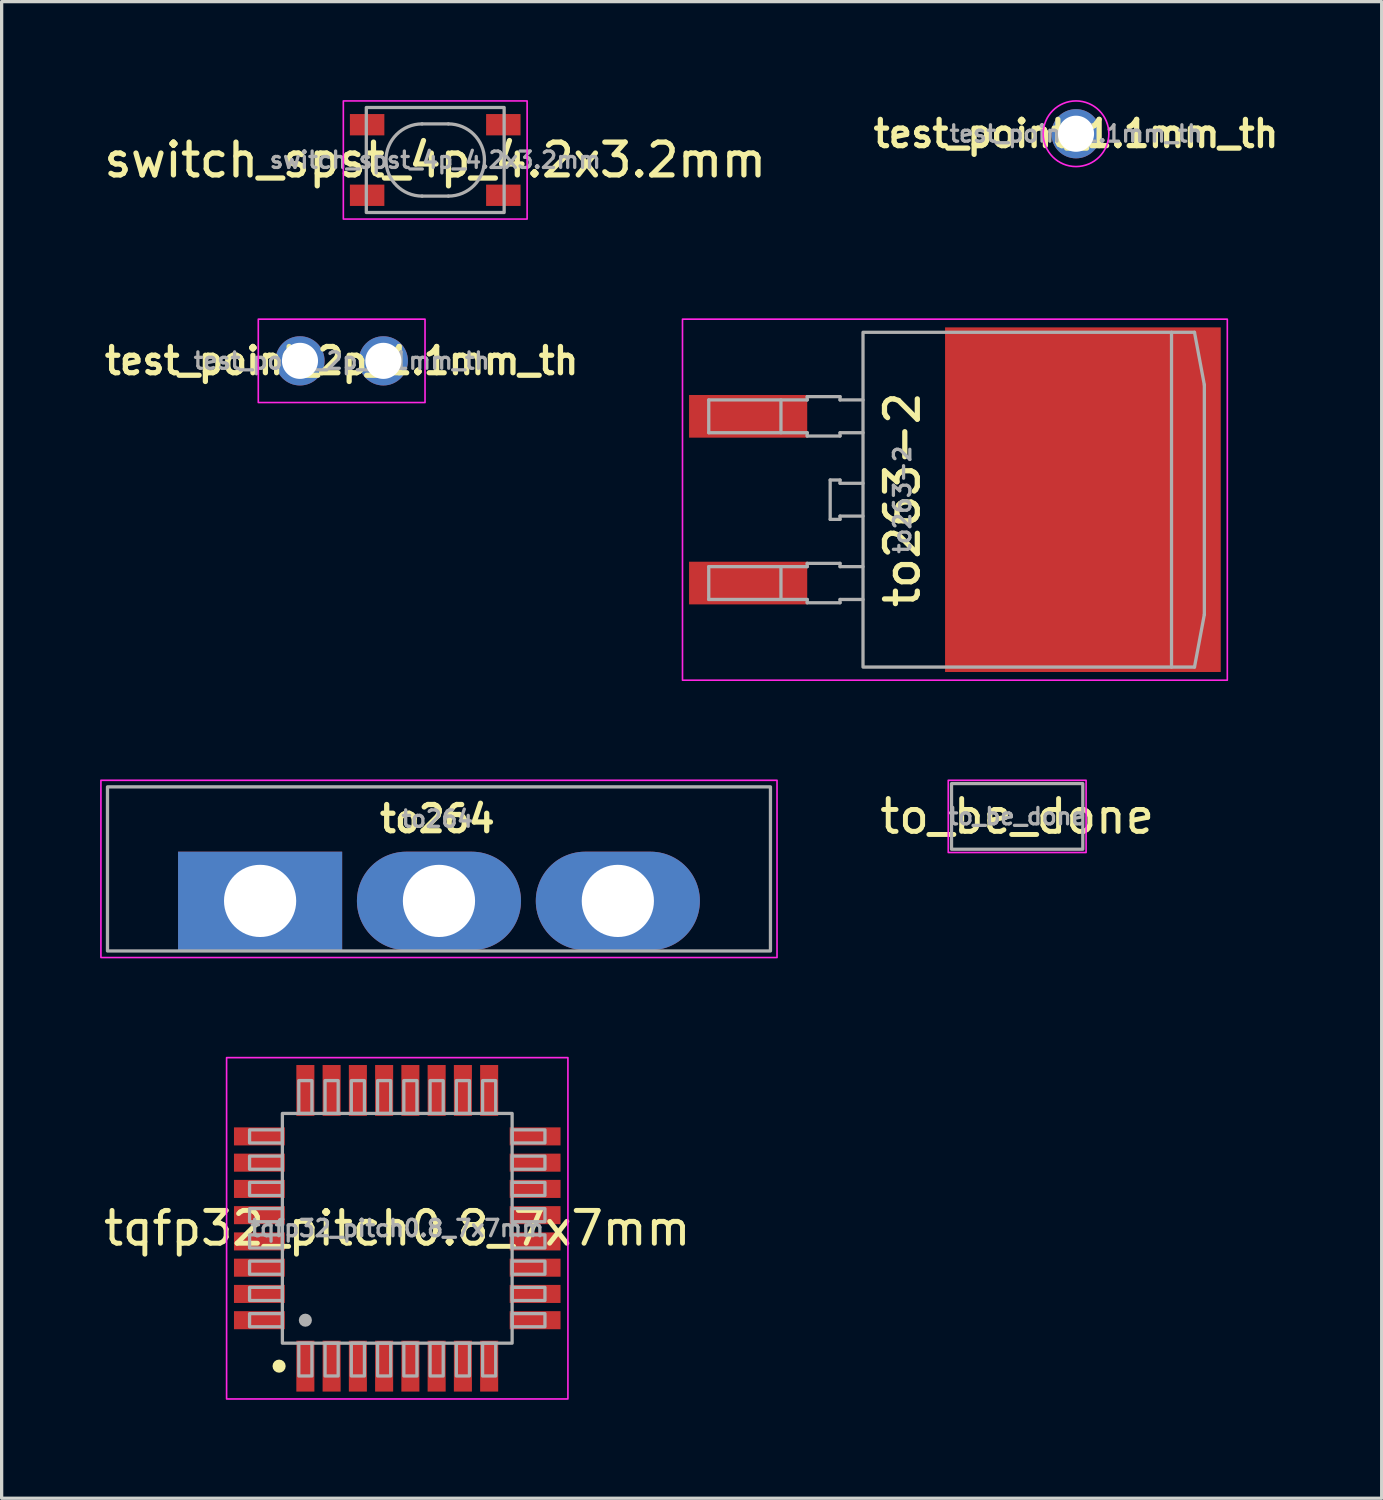
<source format=kicad_pcb>
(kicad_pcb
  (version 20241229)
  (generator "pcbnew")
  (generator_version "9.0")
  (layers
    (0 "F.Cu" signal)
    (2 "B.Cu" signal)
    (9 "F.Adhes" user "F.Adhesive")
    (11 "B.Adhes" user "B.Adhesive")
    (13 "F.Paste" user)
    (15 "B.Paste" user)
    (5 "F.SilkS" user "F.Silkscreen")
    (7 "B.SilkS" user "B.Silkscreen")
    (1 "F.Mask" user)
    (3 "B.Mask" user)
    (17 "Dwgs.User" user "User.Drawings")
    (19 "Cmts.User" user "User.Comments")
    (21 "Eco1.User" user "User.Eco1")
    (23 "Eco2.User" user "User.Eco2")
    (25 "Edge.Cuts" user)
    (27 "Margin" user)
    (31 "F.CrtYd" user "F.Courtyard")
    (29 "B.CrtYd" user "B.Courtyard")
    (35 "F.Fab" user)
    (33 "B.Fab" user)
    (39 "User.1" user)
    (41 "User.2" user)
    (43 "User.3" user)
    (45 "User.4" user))
  (footprint "to264"
    (layer "F.Cu")
    (at 4.875 24.4)
    (property "Reference" "to264" (at 5.4 -2.5 0) (layer "F.SilkS") (effects (font (size 0.8 0.8) (thickness 0.16))))
    (attr through_hole exclude_from_pos_files)
    (fp_rect (start -4.85 -3.675) (end 15.75 1.725) (stroke (width 0.05) (type solid)) (fill no) (layer "F.CrtYd"))
    (fp_rect (start -4.65 -3.475) (end 15.55 1.525) (stroke (width 0.1) (type solid)) (fill no) (layer "F.Fab"))
    (fp_text user "${REFERENCE}" (at 5.4 -2.5 0) (layer "F.Fab") (effects (font (size 0.5 0.5) (thickness 0.1) (bold yes))))
    (pad "1" thru_hole rect (at 0 0) (size 5 3) (drill 2.2) (layers "*.Cu" "*.Mask"))
    (pad "2" thru_hole oval (at 10.9 0) (size 5 3) (drill 2.2) (layers "*.Cu" "*.Mask"))
    (pad "3" thru_hole oval (at 5.45 0) (size 5 3) (drill 2.2) (layers "*.Cu" "*.Mask")))
  (footprint "to263-2"
    (layer "F.Cu")
    (at 27.945 12.175)
    (property "Reference" "to263-2" (at -3.5 0 90) (layer "F.SilkS") (effects (font (size 1 1) (thickness 0.16))))
    (attr smd)
    (fp_rect (start -10.2 -5.5) (end 6.4 5.5) (stroke (width 0.05) (type default)) (fill no) (layer "F.CrtYd"))
    (fp_line (start -9.4 -3.04) (end -9.4 -2.04) (stroke (width 0.1) (type default)) (layer "F.Fab"))
    (fp_line (start -9.4 -3.04) (end -6.4 -3.04) (stroke (width 0.1) (type default)) (layer "F.Fab"))
    (fp_line (start -9.4 -2.04) (end -6.4 -2.04) (stroke (width 0.1) (type default)) (layer "F.Fab"))
    (fp_line (start -9.4 2.04) (end -9.4 3.04) (stroke (width 0.1) (type default)) (layer "F.Fab"))
    (fp_line (start -9.4 2.04) (end -6.4 2.04) (stroke (width 0.1) (type default)) (layer "F.Fab"))
    (fp_line (start -9.4 3.04) (end -6.4 3.04) (stroke (width 0.1) (type default)) (layer "F.Fab"))
    (fp_line (start -7.2 -3.04) (end -7.2 -2.04) (stroke (width 0.1) (type default)) (layer "F.Fab"))
    (fp_line (start -7.2 2.04) (end -7.2 3.04) (stroke (width 0.1) (type default)) (layer "F.Fab"))
    (fp_line (start -6.4 -3.14) (end -5.4 -3.14) (stroke (width 0.1) (type default)) (layer "F.Fab"))
    (fp_line (start -6.4 -3.04) (end -6.4 -3.14) (stroke (width 0.1) (type default)) (layer "F.Fab"))
    (fp_line (start -6.4 -1.94) (end -6.4 -2.04) (stroke (width 0.1) (type default)) (layer "F.Fab"))
    (fp_line (start -6.4 -1.94) (end -5.4 -1.94) (stroke (width 0.1) (type default)) (layer "F.Fab"))
    (fp_line (start -6.4 1.94) (end -5.4 1.94) (stroke (width 0.1) (type default)) (layer "F.Fab"))
    (fp_line (start -6.4 2.04) (end -6.4 1.94) (stroke (width 0.1) (type default)) (layer "F.Fab"))
    (fp_line (start -6.4 3.14) (end -6.4 3.04) (stroke (width 0.1) (type default)) (layer "F.Fab"))
    (fp_line (start -6.4 3.14) (end -5.4 3.14) (stroke (width 0.1) (type default)) (layer "F.Fab"))
    (fp_line (start -5.7 -0.6) (end -5.7 0.6) (stroke (width 0.1) (type default)) (layer "F.Fab"))
    (fp_line (start -5.7 0.6) (end -5.4 0.6) (stroke (width 0.1) (type default)) (layer "F.Fab"))
    (fp_line (start -5.4 -3.04) (end -5.4 -3.14) (stroke (width 0.1) (type default)) (layer "F.Fab"))
    (fp_line (start -5.4 -2.04) (end -4.7 -2.04) (stroke (width 0.1) (type default)) (layer "F.Fab"))
    (fp_line (start -5.4 -1.94) (end -5.4 -2.04) (stroke (width 0.1) (type default)) (layer "F.Fab"))
    (fp_line (start -5.4 -0.6) (end -5.7 -0.6) (stroke (width 0.1) (type default)) (layer "F.Fab"))
    (fp_line (start -5.4 -0.5) (end -5.4 -0.6) (stroke (width 0.1) (type default)) (layer "F.Fab"))
    (fp_line (start -5.4 0.5) (end -4.7 0.5) (stroke (width 0.1) (type default)) (layer "F.Fab"))
    (fp_line (start -5.4 0.6) (end -5.4 0.5) (stroke (width 0.1) (type default)) (layer "F.Fab"))
    (fp_line (start -5.4 2.04) (end -5.4 1.94) (stroke (width 0.1) (type default)) (layer "F.Fab"))
    (fp_line (start -5.4 3.04) (end -4.7 3.04) (stroke (width 0.1) (type default)) (layer "F.Fab"))
    (fp_line (start -5.4 3.14) (end -5.4 3.04) (stroke (width 0.1) (type default)) (layer "F.Fab"))
    (fp_line (start -4.7 -3.04) (end -5.4 -3.04) (stroke (width 0.1) (type default)) (layer "F.Fab"))
    (fp_line (start -4.7 -0.5) (end -5.4 -0.5) (stroke (width 0.1) (type default)) (layer "F.Fab"))
    (fp_line (start -4.7 2.04) (end -5.4 2.04) (stroke (width 0.1) (type default)) (layer "F.Fab"))
    (fp_line (start 4.7 5.1) (end 5.4 5.1) (stroke (width 0.1) (type default)) (layer "F.Fab"))
    (fp_line (start 5.4 -5.1) (end 4.7 -5.1) (stroke (width 0.1) (type default)) (layer "F.Fab"))
    (fp_line (start 5.4 -5.1) (end 5.7 -3.5) (stroke (width 0.1) (type default)) (layer "F.Fab"))
    (fp_line (start 5.7 -3.5) (end 5.7 3.5) (stroke (width 0.1) (type default)) (layer "F.Fab"))
    (fp_line (start 5.7 3.5) (end 5.4 5.1) (stroke (width 0.1) (type default)) (layer "F.Fab"))
    (fp_rect (start -4.7 -5.1) (end 4.7 5.1) (stroke (width 0.1) (type solid)) (fill no) (layer "F.Fab"))
    (fp_text user "${REFERENCE}" (at -3.5 0 270) (layer "F.Fab") (effects (font (size 0.5 0.5) (thickness 0.1))))
    (pad "1" smd rect (at -8.2 -2.54) (size 3.6 1.3) (layers "F.Cu" "F.Mask" "F.Paste"))
    (pad "2" smd rect (at 2 0) (size 8.4 10.5) (layers "F.Cu" "F.Mask" "F.Paste"))
    (pad "3" smd rect (at -8.2 2.54) (size 3.6 1.3) (layers "F.Cu" "F.Mask" "F.Paste")))
  (footprint "test_point_1.1mm_th"
    (layer "F.Cu")
    (at 29.735 1.025)
    (property "Reference" "test_point_1.1mm_th" (at 0 0 0) (unlocked yes) (layer "F.SilkS") (effects (font (size 0.8 0.8) (thickness 0.16))))
    (attr through_hole exclude_from_pos_files exclude_from_bom)
    (fp_circle (center 0 0) (end 1 0) (stroke (width 0.05) (type default)) (fill no) (layer "F.CrtYd"))
    (fp_text user "${REFERENCE}" (at 0 0 0) (unlocked yes) (layer "F.Fab") (effects (font (size 0.5 0.5) (thickness 0.1) (bold yes))))
    (pad "1" thru_hole circle (at 0 0) (size 1.5 1.5) (drill 1.1) (layers "*.Cu" "*.Mask")))
  (footprint "test_point_2p_1.1mm_th"
    (layer "F.Cu")
    (at 6.09 7.945)
    (property "Reference" "test_point_2p_1.1mm_th" (at 1.27 0 0) (unlocked yes) (layer "F.SilkS") (effects (font (size 0.8 0.8) (thickness 0.16))))
    (attr through_hole exclude_from_pos_files exclude_from_bom)
    (fp_rect (start -1.27 -1.27) (end 3.81 1.27) (stroke (width 0.05) (type default)) (fill no) (layer "F.CrtYd"))
    (fp_text user "${REFERENCE}" (at 1.27 0 0) (unlocked yes) (layer "F.Fab") (effects (font (size 0.5 0.5) (thickness 0.1) (bold yes))))
    (pad "1" thru_hole circle (at 0 0) (size 1.5 1.5) (drill 1.1) (layers "*.Cu" "*.Mask"))
    (pad "2" thru_hole circle (at 2.54 0) (size 1.5 1.5) (drill 1.1) (layers "*.Cu" "*.Mask")))
  (footprint "tqfp32_pitch0.8_7x7mm"
    (layer "F.Cu")
    (at 9.054 34.375)
    (property "Reference" "tqfp32_pitch0.8_7x7mm" (at 0 0 0) (unlocked yes) (layer "F.SilkS") (effects (font (size 1 1) (thickness 0.15))))
    (attr smd)
    (fp_circle (center -3.6 4.2) (end -3.6 4.1) (stroke (width 0.2) (type solid)) (fill no) (layer "F.SilkS"))
    (fp_rect (start -5.2 5.2) (end 5.2 -5.2) (stroke (width 0.05) (type solid)) (fill no) (layer "F.CrtYd"))
    (fp_rect (start -4.5 -2.6) (end -3.5 -3) (stroke (width 0.1) (type solid)) (fill no) (layer "F.Fab"))
    (fp_rect (start -4.5 -1.8) (end -3.5 -2.2) (stroke (width 0.1) (type solid)) (fill no) (layer "F.Fab"))
    (fp_rect (start -4.5 -1) (end -3.5 -1.4) (stroke (width 0.1) (type solid)) (fill no) (layer "F.Fab"))
    (fp_rect (start -4.5 -0.2) (end -3.5 -0.6) (stroke (width 0.1) (type solid)) (fill no) (layer "F.Fab"))
    (fp_rect (start -4.5 0.6) (end -3.5 0.2) (stroke (width 0.1) (type solid)) (fill no) (layer "F.Fab"))
    (fp_rect (start -4.5 1.4) (end -3.5 1) (stroke (width 0.1) (type solid)) (fill no) (layer "F.Fab"))
    (fp_rect (start -4.5 2.2) (end -3.5 1.8) (stroke (width 0.1) (type solid)) (fill no) (layer "F.Fab"))
    (fp_rect (start -4.5 3) (end -3.5 2.6) (stroke (width 0.1) (type solid)) (fill no) (layer "F.Fab"))
    (fp_rect (start -3.5 3.5) (end 3.5 -3.5) (stroke (width 0.1) (type solid)) (fill no) (layer "F.Fab"))
    (fp_rect (start -3 -4.5) (end -2.6 -3.5) (stroke (width 0.1) (type solid)) (fill no) (layer "F.Fab"))
    (fp_rect (start -3 3.5) (end -2.6 4.5) (stroke (width 0.1) (type solid)) (fill no) (layer "F.Fab"))
    (fp_rect (start -2.2 -4.5) (end -1.8 -3.5) (stroke (width 0.1) (type solid)) (fill no) (layer "F.Fab"))
    (fp_rect (start -2.2 3.5) (end -1.8 4.5) (stroke (width 0.1) (type solid)) (fill no) (layer "F.Fab"))
    (fp_rect (start -1.4 -4.5) (end -1 -3.5) (stroke (width 0.1) (type solid)) (fill no) (layer "F.Fab"))
    (fp_rect (start -1.4 3.5) (end -1 4.5) (stroke (width 0.1) (type solid)) (fill no) (layer "F.Fab"))
    (fp_rect (start -0.6 -4.5) (end -0.2 -3.5) (stroke (width 0.1) (type solid)) (fill no) (layer "F.Fab"))
    (fp_rect (start -0.6 3.5) (end -0.2 4.5) (stroke (width 0.1) (type solid)) (fill no) (layer "F.Fab"))
    (fp_rect (start 0.2 -4.5) (end 0.6 -3.5) (stroke (width 0.1) (type solid)) (fill no) (layer "F.Fab"))
    (fp_rect (start 0.2 3.5) (end 0.6 4.5) (stroke (width 0.1) (type solid)) (fill no) (layer "F.Fab"))
    (fp_rect (start 1 -4.5) (end 1.4 -3.5) (stroke (width 0.1) (type solid)) (fill no) (layer "F.Fab"))
    (fp_rect (start 1 3.5) (end 1.4 4.5) (stroke (width 0.1) (type solid)) (fill no) (layer "F.Fab"))
    (fp_rect (start 1.8 -4.5) (end 2.2 -3.5) (stroke (width 0.1) (type solid)) (fill no) (layer "F.Fab"))
    (fp_rect (start 1.8 3.5) (end 2.2 4.5) (stroke (width 0.1) (type solid)) (fill no) (layer "F.Fab"))
    (fp_rect (start 2.6 -4.5) (end 3 -3.5) (stroke (width 0.1) (type solid)) (fill no) (layer "F.Fab"))
    (fp_rect (start 2.6 3.5) (end 3 4.5) (stroke (width 0.1) (type solid)) (fill no) (layer "F.Fab"))
    (fp_rect (start 3.5 -2.6) (end 4.5 -3) (stroke (width 0.1) (type solid)) (fill no) (layer "F.Fab"))
    (fp_rect (start 3.5 -1.8) (end 4.5 -2.2) (stroke (width 0.1) (type solid)) (fill no) (layer "F.Fab"))
    (fp_rect (start 3.5 -1) (end 4.5 -1.4) (stroke (width 0.1) (type solid)) (fill no) (layer "F.Fab"))
    (fp_rect (start 3.5 -0.2) (end 4.5 -0.6) (stroke (width 0.1) (type solid)) (fill no) (layer "F.Fab"))
    (fp_rect (start 3.5 0.6) (end 4.5 0.2) (stroke (width 0.1) (type solid)) (fill no) (layer "F.Fab"))
    (fp_rect (start 3.5 1.4) (end 4.5 1) (stroke (width 0.1) (type solid)) (fill no) (layer "F.Fab"))
    (fp_rect (start 3.5 2.2) (end 4.5 1.8) (stroke (width 0.1) (type solid)) (fill no) (layer "F.Fab"))
    (fp_rect (start 3.5 3) (end 4.5 2.6) (stroke (width 0.1) (type solid)) (fill no) (layer "F.Fab"))
    (fp_circle (center -2.8 2.8) (end -2.8 2.7) (stroke (width 0.2) (type solid)) (fill no) (layer "F.Fab"))
    (fp_text user "${REFERENCE}" (at 0 0 0) (unlocked yes) (layer "F.Fab") (effects (font (size 0.5 0.5) (thickness 0.1) (bold yes))))
    (pad "1" smd rect (at -2.8 4.2 180) (size 0.55 1.55) (layers "F.Cu" "F.Mask" "F.Paste"))
    (pad "2" smd rect (at -2 4.2 180) (size 0.55 1.55) (layers "F.Cu" "F.Mask" "F.Paste"))
    (pad "3" smd rect (at -1.2 4.2 180) (size 0.55 1.55) (layers "F.Cu" "F.Mask" "F.Paste"))
    (pad "4" smd rect (at -0.4 4.2 180) (size 0.55 1.55) (layers "F.Cu" "F.Mask" "F.Paste"))
    (pad "5" smd rect (at 0.4 4.2 180) (size 0.55 1.55) (layers "F.Cu" "F.Mask" "F.Paste"))
    (pad "6" smd rect (at 1.2 4.2 180) (size 0.55 1.55) (layers "F.Cu" "F.Mask" "F.Paste"))
    (pad "7" smd rect (at 2 4.2 180) (size 0.55 1.55) (layers "F.Cu" "F.Mask" "F.Paste"))
    (pad "8" smd rect (at 2.8 4.2 180) (size 0.55 1.55) (layers "F.Cu" "F.Mask" "F.Paste"))
    (pad "9" smd rect (at 4.2 2.8 270) (size 0.55 1.55) (layers "F.Cu" "F.Mask" "F.Paste"))
    (pad "10" smd rect (at 4.2 2 270) (size 0.55 1.55) (layers "F.Cu" "F.Mask" "F.Paste"))
    (pad "11" smd rect (at 4.2 1.2 270) (size 0.55 1.55) (layers "F.Cu" "F.Mask" "F.Paste"))
    (pad "12" smd rect (at 4.2 0.4 270) (size 0.55 1.55) (layers "F.Cu" "F.Mask" "F.Paste"))
    (pad "13" smd rect (at 4.2 -0.4 270) (size 0.55 1.55) (layers "F.Cu" "F.Mask" "F.Paste"))
    (pad "14" smd rect (at 4.2 -1.2 270) (size 0.55 1.55) (layers "F.Cu" "F.Mask" "F.Paste"))
    (pad "15" smd rect (at 4.2 -2 270) (size 0.55 1.55) (layers "F.Cu" "F.Mask" "F.Paste"))
    (pad "16" smd rect (at 4.2 -2.8 270) (size 0.55 1.55) (layers "F.Cu" "F.Mask" "F.Paste"))
    (pad "17" smd rect (at 2.8 -4.2 180) (size 0.55 1.55) (layers "F.Cu" "F.Mask" "F.Paste"))
    (pad "18" smd rect (at 2 -4.2 180) (size 0.55 1.55) (layers "F.Cu" "F.Mask" "F.Paste"))
    (pad "19" smd rect (at 1.2 -4.2 180) (size 0.55 1.55) (layers "F.Cu" "F.Mask" "F.Paste"))
    (pad "20" smd rect (at 0.4 -4.2 180) (size 0.55 1.55) (layers "F.Cu" "F.Mask" "F.Paste"))
    (pad "21" smd rect (at -0.4 -4.2 180) (size 0.55 1.55) (layers "F.Cu" "F.Mask" "F.Paste"))
    (pad "22" smd rect (at -1.2 -4.2 180) (size 0.55 1.55) (layers "F.Cu" "F.Mask" "F.Paste"))
    (pad "23" smd rect (at -2 -4.2 180) (size 0.55 1.55) (layers "F.Cu" "F.Mask" "F.Paste"))
    (pad "24" smd rect (at -2.8 -4.2 180) (size 0.55 1.55) (layers "F.Cu" "F.Mask" "F.Paste"))
    (pad "25" smd rect (at -4.2 -2.8 270) (size 0.55 1.55) (layers "F.Cu" "F.Mask" "F.Paste"))
    (pad "26" smd rect (at -4.2 -2 270) (size 0.55 1.55) (layers "F.Cu" "F.Mask" "F.Paste"))
    (pad "27" smd rect (at -4.2 -1.2 270) (size 0.55 1.55) (layers "F.Cu" "F.Mask" "F.Paste"))
    (pad "28" smd rect (at -4.2 -0.4 270) (size 0.55 1.55) (layers "F.Cu" "F.Mask" "F.Paste"))
    (pad "29" smd rect (at -4.2 0.4 270) (size 0.55 1.55) (layers "F.Cu" "F.Mask" "F.Paste"))
    (pad "30" smd rect (at -4.2 1.2 270) (size 0.55 1.55) (layers "F.Cu" "F.Mask" "F.Paste"))
    (pad "31" smd rect (at -4.2 2 270) (size 0.55 1.55) (layers "F.Cu" "F.Mask" "F.Paste"))
    (pad "32" smd rect (at -4.2 2.8 270) (size 0.55 1.55) (layers "F.Cu" "F.Mask" "F.Paste")))
  (footprint "to_be_done"
    (layer "F.Cu")
    (at 27.942 21.825)
    (property "Reference" "to_be_done" (at 0 0 0) (unlocked yes) (layer "F.SilkS") (effects (font (size 1 1) (thickness 0.15))))
    (attr exclude_from_pos_files exclude_from_bom)
    (fp_rect (start -2.1 -1.1) (end 2.1 1.1) (stroke (width 0.05) (type default)) (fill no) (layer "F.CrtYd"))
    (fp_rect (start -2 -1) (end 2 1) (stroke (width 0.1) (type default)) (fill no) (layer "F.Fab"))
    (fp_text user "${REFERENCE}" (at 0 0 0) (unlocked yes) (layer "F.Fab") (effects (font (size 0.5 0.5) (thickness 0.1)))))
  (footprint "switch_spst_4p_4.2x3.2mm"
    (layer "F.Cu")
    (at 10.211 1.825)
    (property "Reference" "switch_spst_4p_4.2x3.2mm" (at 0 0 0) (layer "F.SilkS") (effects (font (size 1 1) (thickness 0.16))))
    (attr smd)
    (fp_rect (start -2.8 -1.8) (end 2.8 1.8) (stroke (width 0.05) (type solid)) (fill no) (layer "F.CrtYd"))
    (fp_line (start -0.4 1.1) (end 0.4 1.1) (stroke (width 0.1) (type default)) (layer "F.Fab"))
    (fp_line (start 0.4 -1.1) (end -0.4 -1.1) (stroke (width 0.1) (type default)) (layer "F.Fab"))
    (fp_rect (start -2.1 -1.6) (end 2.1 1.6) (stroke (width 0.1) (type solid)) (fill no) (layer "F.Fab"))
    (fp_arc (start -0.4 1.1) (mid -1.5 0) (end -0.4 -1.1) (stroke (width 0.1) (type default)) (layer "F.Fab"))
    (fp_arc (start 0.4 -1.1) (mid 1.5 0) (end 0.4 1.1) (stroke (width 0.1) (type default)) (layer "F.Fab"))
    (fp_text user "${REFERENCE}" (at 0 0 0) (layer "F.Fab") (effects (font (size 0.5 0.5) (thickness 0.1))))
    (pad "1" smd rect (at -2.075 -1.075) (size 1.05 0.65) (layers "F.Cu" "F.Mask" "F.Paste"))
    (pad "2" smd rect (at 2.075 -1.075) (size 1.05 0.65) (layers "F.Cu" "F.Mask" "F.Paste"))
    (pad "3" smd rect (at -2.075 1.075) (size 1.05 0.65) (layers "F.Cu" "F.Mask" "F.Paste"))
    (pad "4" smd rect (at 2.075 1.075) (size 1.05 0.65) (layers "F.Cu" "F.Mask" "F.Paste")))
  (gr_rect
    (start -3 -3)
    (end 39.048 42.6)
    (stroke (width 0.1) (type default))
    (fill no)
    (layer "Edge.Cuts")))
</source>
